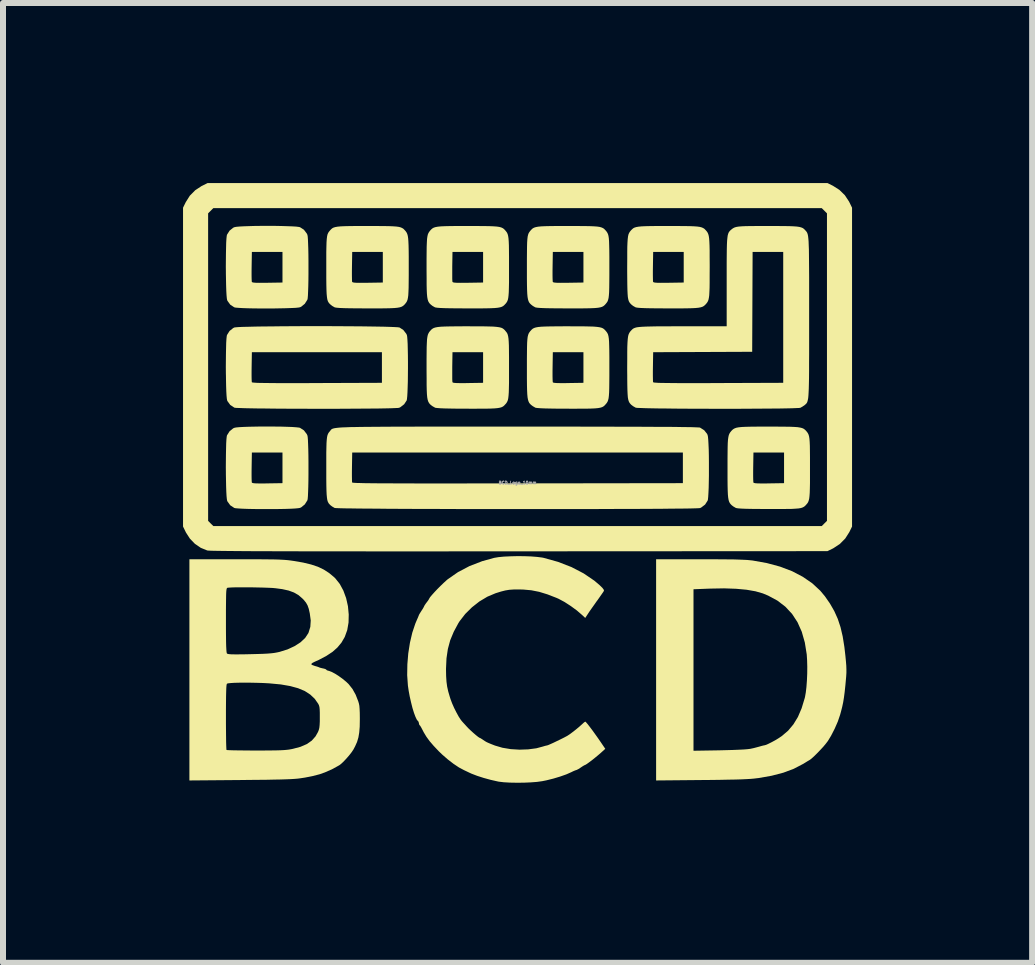
<source format=kicad_pcb>
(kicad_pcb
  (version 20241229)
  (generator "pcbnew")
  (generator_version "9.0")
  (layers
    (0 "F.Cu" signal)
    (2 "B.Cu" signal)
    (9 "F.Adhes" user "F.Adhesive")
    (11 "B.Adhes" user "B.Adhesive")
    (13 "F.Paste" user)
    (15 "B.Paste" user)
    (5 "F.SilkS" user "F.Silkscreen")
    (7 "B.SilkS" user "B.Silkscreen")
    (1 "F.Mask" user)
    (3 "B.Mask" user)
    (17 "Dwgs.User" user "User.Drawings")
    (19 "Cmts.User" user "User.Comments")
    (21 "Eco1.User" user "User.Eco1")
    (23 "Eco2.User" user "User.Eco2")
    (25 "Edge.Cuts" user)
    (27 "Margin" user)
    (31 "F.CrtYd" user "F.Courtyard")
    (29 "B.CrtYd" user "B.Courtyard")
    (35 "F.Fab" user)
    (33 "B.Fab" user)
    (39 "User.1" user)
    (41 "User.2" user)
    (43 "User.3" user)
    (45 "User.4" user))
  (footprint "BCD_Logo_10mm"
    (layer "F.Cu")
    (at 5.574 4.994)
    (property "Reference" "BCD_Logo_10mm" (at 0 0 0) (layer "F.Fab") (effects (font (size 0.05 0.05) (thickness 0.013))))
    (attr board_only exclude_from_pos_files exclude_from_bom)
    (fp_poly (pts (xy 5.256 -4.948) (xy 5.363 -4.88) (xy 5.454 -4.791) (xy 5.524 -4.685) (xy 5.529 -4.675) (xy 5.574 -4.583) (xy 5.574 0.73) (xy 5.529 0.822) (xy 5.461 0.929) (xy 5.371 1.02) (xy 5.265 1.09) (xy 5.256 1.095) (xy 5.164 1.14) (xy 0.029 1.143) (xy -0.444 1.143) (xy -0.889 1.143) (xy -1.307 1.144) (xy -1.699 1.144) (xy -2.065 1.144) (xy -2.407 1.144) (xy -2.724 1.143) (xy -3.019 1.143) (xy -3.291 1.143) (xy -3.541 1.143) (xy -3.77 1.142) (xy -3.979 1.142) (xy -4.168 1.141) (xy -4.338 1.141) (xy -4.49 1.14) (xy -4.625 1.139) (xy -4.743 1.138) (xy -4.845 1.137) (xy -4.932 1.136) (xy -5.004 1.135) (xy -5.062 1.134) (xy -5.108 1.133) (xy -5.14 1.131) (xy -5.162 1.13) (xy -5.172 1.128) (xy -5.278 1.085) (xy -5.376 1.018) (xy -5.46 0.931) (xy -5.527 0.827) (xy -5.529 0.822) (xy -5.574 0.73) (xy -5.574 0.635) (xy -5.156 0.635) (xy -5.113 0.679) (xy -5.069 0.722) (xy 5.069 0.722) (xy 5.156 0.635) (xy 5.156 -4.489) (xy 5.113 -4.532) (xy 5.069 -4.576) (xy -5.069 -4.576) (xy -5.156 -4.489) (xy -5.156 0.635) (xy -5.574 0.635) (xy -5.574 -4.583) (xy -5.529 -4.675) (xy -5.461 -4.783) (xy -5.371 -4.874) (xy -5.265 -4.944) (xy -5.256 -4.948) (xy -5.164 -4.994) (xy 5.164 -4.994)) (stroke (width 0) (type solid)) (fill yes) (layer "F.SilkS"))
    (fp_poly (pts (xy -4.043 -4.28) (xy -3.937 -4.278) (xy -3.84 -4.275) (xy -3.755 -4.272) (xy -3.688 -4.268) (xy -3.642 -4.262) (xy -3.625 -4.258) (xy -3.56 -4.216) (xy -3.512 -4.153) (xy -3.502 -4.132) (xy -3.497 -4.107) (xy -3.493 -4.057) (xy -3.49 -3.987) (xy -3.487 -3.901) (xy -3.485 -3.803) (xy -3.484 -3.697) (xy -3.484 -3.587) (xy -3.484 -3.477) (xy -3.485 -3.371) (xy -3.487 -3.274) (xy -3.49 -3.189) (xy -3.493 -3.12) (xy -3.497 -3.072) (xy -3.502 -3.05) (xy -3.545 -2.982) (xy -3.605 -2.933) (xy -3.625 -2.924) (xy -3.652 -2.919) (xy -3.703 -2.914) (xy -3.774 -2.911) (xy -3.862 -2.908) (xy -3.961 -2.906) (xy -4.068 -2.904) (xy -4.179 -2.904) (xy -4.29 -2.904) (xy -4.396 -2.905) (xy -4.494 -2.907) (xy -4.579 -2.91) (xy -4.648 -2.914) (xy -4.697 -2.918) (xy -4.72 -2.923) (xy -4.787 -2.967) (xy -4.833 -3.03) (xy -4.839 -3.044) (xy -4.844 -3.071) (xy -4.849 -3.123) (xy -4.853 -3.194) (xy -4.856 -3.282) (xy -4.858 -3.381) (xy -4.86 -3.488) (xy -4.86 -3.525) (xy -4.432 -3.525) (xy -4.432 -3.454) (xy -4.431 -3.397) (xy -4.429 -3.359) (xy -4.428 -3.347) (xy -4.419 -3.34) (xy -4.397 -3.335) (xy -4.358 -3.332) (xy -4.299 -3.331) (xy -4.217 -3.332) (xy -4.169 -3.332) (xy -3.917 -3.336) (xy -3.917 -3.846) (xy -4.427 -3.846) (xy -4.431 -3.606) (xy -4.432 -3.525) (xy -4.86 -3.525) (xy -4.861 -3.599) (xy -4.86 -3.71) (xy -4.859 -3.816) (xy -4.857 -3.913) (xy -4.855 -3.998) (xy -4.851 -4.065) (xy -4.846 -4.112) (xy -4.842 -4.132) (xy -4.799 -4.2) (xy -4.739 -4.249) (xy -4.719 -4.258) (xy -4.69 -4.264) (xy -4.637 -4.269) (xy -4.564 -4.273) (xy -4.476 -4.276) (xy -4.375 -4.279) (xy -4.266 -4.28) (xy -4.155 -4.28)) (stroke (width 0) (type solid)) (fill yes) (layer "F.SilkS"))
    (fp_poly (pts (xy -4.043 -0.936) (xy -3.937 -0.935) (xy -3.84 -0.932) (xy -3.755 -0.929) (xy -3.688 -0.924) (xy -3.642 -0.919) (xy -3.625 -0.915) (xy -3.56 -0.873) (xy -3.512 -0.81) (xy -3.502 -0.789) (xy -3.497 -0.764) (xy -3.493 -0.714) (xy -3.49 -0.644) (xy -3.487 -0.558) (xy -3.485 -0.46) (xy -3.484 -0.353) (xy -3.484 -0.243) (xy -3.484 -0.134) (xy -3.485 -0.028) (xy -3.487 0.069) (xy -3.49 0.154) (xy -3.493 0.223) (xy -3.497 0.271) (xy -3.502 0.293) (xy -3.545 0.361) (xy -3.605 0.41) (xy -3.625 0.419) (xy -3.652 0.424) (xy -3.703 0.429) (xy -3.774 0.433) (xy -3.862 0.436) (xy -3.961 0.438) (xy -4.068 0.439) (xy -4.179 0.439) (xy -4.29 0.439) (xy -4.396 0.438) (xy -4.494 0.436) (xy -4.579 0.433) (xy -4.648 0.429) (xy -4.697 0.425) (xy -4.72 0.42) (xy -4.787 0.376) (xy -4.833 0.313) (xy -4.839 0.3) (xy -4.844 0.272) (xy -4.849 0.221) (xy -4.853 0.149) (xy -4.856 0.062) (xy -4.858 -0.038) (xy -4.86 -0.145) (xy -4.86 -0.182) (xy -4.432 -0.182) (xy -4.432 -0.111) (xy -4.431 -0.054) (xy -4.429 -0.016) (xy -4.428 -0.004) (xy -4.419 0.003) (xy -4.397 0.008) (xy -4.358 0.011) (xy -4.299 0.012) (xy -4.217 0.012) (xy -4.169 0.011) (xy -3.917 0.007) (xy -3.917 -0.503) (xy -4.427 -0.503) (xy -4.431 -0.263) (xy -4.432 -0.182) (xy -4.86 -0.182) (xy -4.861 -0.256) (xy -4.86 -0.366) (xy -4.859 -0.472) (xy -4.857 -0.57) (xy -4.855 -0.654) (xy -4.851 -0.722) (xy -4.846 -0.769) (xy -4.842 -0.789) (xy -4.799 -0.857) (xy -4.739 -0.906) (xy -4.719 -0.915) (xy -4.69 -0.921) (xy -4.637 -0.926) (xy -4.564 -0.93) (xy -4.476 -0.933) (xy -4.375 -0.935) (xy -4.266 -0.937) (xy -4.155 -0.937)) (stroke (width 0) (type solid)) (fill yes) (layer "F.SilkS"))
    (fp_poly (pts (xy -2.359 -4.278) (xy -2.243 -4.277) (xy -2.15 -4.276) (xy -2.077 -4.273) (xy -2.02 -4.269) (xy -1.976 -4.263) (xy -1.944 -4.254) (xy -1.92 -4.243) (xy -1.9 -4.23) (xy -1.883 -4.212) (xy -1.876 -4.205) (xy -1.86 -4.186) (xy -1.847 -4.166) (xy -1.837 -4.143) (xy -1.829 -4.114) (xy -1.823 -4.075) (xy -1.819 -4.024) (xy -1.816 -3.957) (xy -1.814 -3.872) (xy -1.813 -3.766) (xy -1.813 -3.635) (xy -1.813 -3.591) (xy -1.813 -3.452) (xy -1.814 -3.339) (xy -1.815 -3.248) (xy -1.818 -3.176) (xy -1.821 -3.121) (xy -1.827 -3.079) (xy -1.834 -3.047) (xy -1.844 -3.022) (xy -1.856 -3.002) (xy -1.871 -2.983) (xy -1.876 -2.977) (xy -1.893 -2.959) (xy -1.912 -2.944) (xy -1.934 -2.932) (xy -1.962 -2.923) (xy -2.001 -2.916) (xy -2.052 -2.911) (xy -2.118 -2.908) (xy -2.203 -2.906) (xy -2.308 -2.905) (xy -2.438 -2.905) (xy -2.506 -2.905) (xy -2.658 -2.906) (xy -2.783 -2.907) (xy -2.882 -2.909) (xy -2.958 -2.912) (xy -3.01 -2.916) (xy -3.041 -2.921) (xy -3.048 -2.923) (xy -3.088 -2.946) (xy -3.116 -2.968) (xy -3.134 -2.985) (xy -3.149 -3.004) (xy -3.161 -3.026) (xy -3.17 -3.056) (xy -3.176 -3.095) (xy -3.181 -3.147) (xy -3.184 -3.215) (xy -3.186 -3.302) (xy -3.187 -3.41) (xy -3.187 -3.525) (xy -2.76 -3.525) (xy -2.76 -3.454) (xy -2.759 -3.397) (xy -2.758 -3.359) (xy -2.756 -3.347) (xy -2.747 -3.34) (xy -2.725 -3.335) (xy -2.686 -3.332) (xy -2.627 -3.331) (xy -2.545 -3.332) (xy -2.497 -3.332) (xy -2.245 -3.336) (xy -2.245 -3.846) (xy -2.755 -3.846) (xy -2.759 -3.606) (xy -2.76 -3.525) (xy -3.187 -3.525) (xy -3.187 -3.542) (xy -3.187 -3.592) (xy -3.187 -3.731) (xy -3.187 -3.844) (xy -3.185 -3.935) (xy -3.183 -4.006) (xy -3.179 -4.062) (xy -3.174 -4.104) (xy -3.167 -4.136) (xy -3.157 -4.16) (xy -3.145 -4.18) (xy -3.129 -4.199) (xy -3.124 -4.205) (xy -3.107 -4.223) (xy -3.089 -4.239) (xy -3.067 -4.251) (xy -3.038 -4.26) (xy -2.999 -4.267) (xy -2.947 -4.272) (xy -2.88 -4.275) (xy -2.795 -4.277) (xy -2.688 -4.278) (xy -2.557 -4.278) (xy -2.5 -4.278)) (stroke (width 0) (type solid)) (fill yes) (layer "F.SilkS"))
    (fp_poly (pts (xy -0.688 -4.278) (xy -0.572 -4.277) (xy -0.479 -4.276) (xy -0.405 -4.273) (xy -0.348 -4.269) (xy -0.305 -4.263) (xy -0.272 -4.254) (xy -0.248 -4.243) (xy -0.229 -4.23) (xy -0.211 -4.212) (xy -0.205 -4.205) (xy -0.189 -4.186) (xy -0.175 -4.166) (xy -0.165 -4.143) (xy -0.157 -4.114) (xy -0.151 -4.075) (xy -0.147 -4.024) (xy -0.144 -3.957) (xy -0.143 -3.872) (xy -0.142 -3.766) (xy -0.142 -3.635) (xy -0.142 -3.591) (xy -0.142 -3.452) (xy -0.142 -3.339) (xy -0.144 -3.248) (xy -0.146 -3.176) (xy -0.15 -3.121) (xy -0.155 -3.079) (xy -0.162 -3.047) (xy -0.172 -3.022) (xy -0.184 -3.002) (xy -0.199 -2.983) (xy -0.205 -2.977) (xy -0.222 -2.959) (xy -0.24 -2.944) (xy -0.262 -2.932) (xy -0.291 -2.923) (xy -0.329 -2.916) (xy -0.38 -2.911) (xy -0.446 -2.908) (xy -0.531 -2.906) (xy -0.637 -2.905) (xy -0.767 -2.905) (xy -0.834 -2.905) (xy -0.986 -2.906) (xy -1.111 -2.907) (xy -1.211 -2.909) (xy -1.286 -2.912) (xy -1.338 -2.916) (xy -1.369 -2.921) (xy -1.376 -2.923) (xy -1.417 -2.946) (xy -1.445 -2.968) (xy -1.463 -2.985) (xy -1.477 -3.004) (xy -1.489 -3.026) (xy -1.498 -3.056) (xy -1.505 -3.095) (xy -1.51 -3.147) (xy -1.513 -3.215) (xy -1.515 -3.302) (xy -1.515 -3.41) (xy -1.516 -3.525) (xy -1.088 -3.525) (xy -1.088 -3.454) (xy -1.088 -3.397) (xy -1.086 -3.359) (xy -1.084 -3.347) (xy -1.076 -3.34) (xy -1.054 -3.335) (xy -1.015 -3.332) (xy -0.956 -3.331) (xy -0.873 -3.332) (xy -0.826 -3.332) (xy -0.574 -3.336) (xy -0.574 -3.846) (xy -1.084 -3.846) (xy -1.088 -3.606) (xy -1.088 -3.525) (xy -1.516 -3.525) (xy -1.516 -3.542) (xy -1.516 -3.592) (xy -1.516 -3.731) (xy -1.515 -3.844) (xy -1.514 -3.935) (xy -1.511 -4.006) (xy -1.508 -4.062) (xy -1.502 -4.104) (xy -1.495 -4.136) (xy -1.485 -4.16) (xy -1.473 -4.18) (xy -1.458 -4.199) (xy -1.453 -4.205) (xy -1.436 -4.223) (xy -1.417 -4.239) (xy -1.395 -4.251) (xy -1.366 -4.26) (xy -1.327 -4.267) (xy -1.276 -4.272) (xy -1.209 -4.275) (xy -1.123 -4.277) (xy -1.016 -4.278) (xy -0.885 -4.278) (xy -0.829 -4.278)) (stroke (width 0) (type solid)) (fill yes) (layer "F.SilkS"))
    (fp_poly (pts (xy -0.688 -2.606) (xy -0.572 -2.606) (xy -0.479 -2.604) (xy -0.405 -2.602) (xy -0.348 -2.597) (xy -0.305 -2.591) (xy -0.272 -2.583) (xy -0.248 -2.572) (xy -0.229 -2.558) (xy -0.211 -2.541) (xy -0.205 -2.533) (xy -0.189 -2.514) (xy -0.175 -2.495) (xy -0.165 -2.472) (xy -0.157 -2.442) (xy -0.151 -2.403) (xy -0.147 -2.352) (xy -0.144 -2.286) (xy -0.143 -2.201) (xy -0.142 -2.094) (xy -0.142 -1.963) (xy -0.142 -1.92) (xy -0.142 -1.781) (xy -0.142 -1.667) (xy -0.144 -1.576) (xy -0.146 -1.505) (xy -0.15 -1.449) (xy -0.155 -1.407) (xy -0.162 -1.375) (xy -0.172 -1.351) (xy -0.184 -1.33) (xy -0.199 -1.311) (xy -0.205 -1.306) (xy -0.222 -1.287) (xy -0.24 -1.272) (xy -0.262 -1.26) (xy -0.291 -1.251) (xy -0.329 -1.244) (xy -0.38 -1.239) (xy -0.446 -1.236) (xy -0.531 -1.234) (xy -0.637 -1.234) (xy -0.767 -1.233) (xy -0.834 -1.234) (xy -0.986 -1.234) (xy -1.111 -1.236) (xy -1.211 -1.238) (xy -1.286 -1.241) (xy -1.338 -1.245) (xy -1.369 -1.249) (xy -1.376 -1.252) (xy -1.417 -1.275) (xy -1.445 -1.296) (xy -1.463 -1.313) (xy -1.477 -1.332) (xy -1.489 -1.355) (xy -1.498 -1.384) (xy -1.505 -1.423) (xy -1.51 -1.476) (xy -1.513 -1.544) (xy -1.515 -1.63) (xy -1.515 -1.738) (xy -1.516 -1.854) (xy -1.088 -1.854) (xy -1.088 -1.782) (xy -1.088 -1.725) (xy -1.086 -1.688) (xy -1.084 -1.675) (xy -1.076 -1.668) (xy -1.054 -1.664) (xy -1.015 -1.661) (xy -0.956 -1.66) (xy -0.873 -1.66) (xy -0.826 -1.661) (xy -0.574 -1.665) (xy -0.574 -2.175) (xy -1.084 -2.175) (xy -1.088 -1.934) (xy -1.088 -1.854) (xy -1.516 -1.854) (xy -1.516 -1.871) (xy -1.516 -1.921) (xy -1.516 -2.059) (xy -1.515 -2.172) (xy -1.514 -2.263) (xy -1.511 -2.335) (xy -1.508 -2.39) (xy -1.502 -2.432) (xy -1.495 -2.464) (xy -1.485 -2.488) (xy -1.473 -2.509) (xy -1.458 -2.528) (xy -1.453 -2.533) (xy -1.436 -2.552) (xy -1.417 -2.567) (xy -1.395 -2.579) (xy -1.366 -2.588) (xy -1.327 -2.595) (xy -1.276 -2.6) (xy -1.209 -2.603) (xy -1.123 -2.605) (xy -1.016 -2.606) (xy -0.885 -2.607) (xy -0.829 -2.607)) (stroke (width 0) (type solid)) (fill yes) (layer "F.SilkS"))
    (fp_poly (pts (xy 0.984 -4.278) (xy 1.1 -4.277) (xy 1.193 -4.276) (xy 1.267 -4.273) (xy 1.324 -4.269) (xy 1.367 -4.263) (xy 1.399 -4.254) (xy 1.424 -4.243) (xy 1.443 -4.23) (xy 1.46 -4.212) (xy 1.467 -4.205) (xy 1.483 -4.186) (xy 1.496 -4.166) (xy 1.507 -4.143) (xy 1.515 -4.114) (xy 1.521 -4.075) (xy 1.525 -4.024) (xy 1.527 -3.957) (xy 1.529 -3.872) (xy 1.53 -3.766) (xy 1.53 -3.635) (xy 1.53 -3.591) (xy 1.53 -3.452) (xy 1.529 -3.339) (xy 1.528 -3.248) (xy 1.526 -3.176) (xy 1.522 -3.121) (xy 1.517 -3.079) (xy 1.509 -3.047) (xy 1.5 -3.022) (xy 1.487 -3.002) (xy 1.472 -2.983) (xy 1.467 -2.977) (xy 1.45 -2.959) (xy 1.432 -2.944) (xy 1.41 -2.932) (xy 1.381 -2.923) (xy 1.343 -2.916) (xy 1.292 -2.911) (xy 1.225 -2.908) (xy 1.141 -2.906) (xy 1.035 -2.905) (xy 0.905 -2.905) (xy 0.838 -2.905) (xy 0.686 -2.906) (xy 0.56 -2.907) (xy 0.461 -2.909) (xy 0.386 -2.912) (xy 0.333 -2.916) (xy 0.302 -2.921) (xy 0.295 -2.923) (xy 0.255 -2.946) (xy 0.227 -2.968) (xy 0.209 -2.985) (xy 0.194 -3.004) (xy 0.183 -3.026) (xy 0.174 -3.056) (xy 0.167 -3.095) (xy 0.162 -3.147) (xy 0.159 -3.215) (xy 0.157 -3.302) (xy 0.156 -3.41) (xy 0.156 -3.525) (xy 0.583 -3.525) (xy 0.583 -3.454) (xy 0.584 -3.397) (xy 0.586 -3.359) (xy 0.587 -3.347) (xy 0.596 -3.34) (xy 0.618 -3.335) (xy 0.657 -3.332) (xy 0.716 -3.331) (xy 0.798 -3.332) (xy 0.846 -3.332) (xy 1.098 -3.336) (xy 1.098 -3.846) (xy 0.588 -3.846) (xy 0.584 -3.606) (xy 0.583 -3.525) (xy 0.156 -3.525) (xy 0.156 -3.542) (xy 0.156 -3.592) (xy 0.156 -3.731) (xy 0.157 -3.844) (xy 0.158 -3.935) (xy 0.16 -4.006) (xy 0.164 -4.062) (xy 0.169 -4.104) (xy 0.177 -4.136) (xy 0.186 -4.16) (xy 0.199 -4.18) (xy 0.214 -4.199) (xy 0.219 -4.205) (xy 0.236 -4.223) (xy 0.254 -4.239) (xy 0.277 -4.251) (xy 0.306 -4.26) (xy 0.344 -4.267) (xy 0.396 -4.272) (xy 0.463 -4.275) (xy 0.548 -4.277) (xy 0.655 -4.278) (xy 0.787 -4.278) (xy 0.843 -4.278)) (stroke (width 0) (type solid)) (fill yes) (layer "F.SilkS"))
    (fp_poly (pts (xy 0.984 -2.606) (xy 1.1 -2.606) (xy 1.193 -2.604) (xy 1.267 -2.602) (xy 1.324 -2.597) (xy 1.367 -2.591) (xy 1.399 -2.583) (xy 1.424 -2.572) (xy 1.443 -2.558) (xy 1.46 -2.541) (xy 1.467 -2.533) (xy 1.483 -2.514) (xy 1.496 -2.495) (xy 1.507 -2.472) (xy 1.515 -2.442) (xy 1.521 -2.403) (xy 1.525 -2.352) (xy 1.527 -2.286) (xy 1.529 -2.201) (xy 1.53 -2.094) (xy 1.53 -1.963) (xy 1.53 -1.92) (xy 1.53 -1.781) (xy 1.529 -1.667) (xy 1.528 -1.576) (xy 1.526 -1.505) (xy 1.522 -1.449) (xy 1.517 -1.407) (xy 1.509 -1.375) (xy 1.5 -1.351) (xy 1.487 -1.33) (xy 1.472 -1.311) (xy 1.467 -1.306) (xy 1.45 -1.287) (xy 1.432 -1.272) (xy 1.41 -1.26) (xy 1.381 -1.251) (xy 1.343 -1.244) (xy 1.292 -1.239) (xy 1.225 -1.236) (xy 1.141 -1.234) (xy 1.035 -1.234) (xy 0.905 -1.233) (xy 0.838 -1.234) (xy 0.686 -1.234) (xy 0.56 -1.236) (xy 0.461 -1.238) (xy 0.386 -1.241) (xy 0.333 -1.245) (xy 0.302 -1.249) (xy 0.295 -1.252) (xy 0.255 -1.275) (xy 0.227 -1.296) (xy 0.209 -1.313) (xy 0.194 -1.332) (xy 0.183 -1.355) (xy 0.174 -1.384) (xy 0.167 -1.423) (xy 0.162 -1.476) (xy 0.159 -1.544) (xy 0.157 -1.63) (xy 0.156 -1.738) (xy 0.156 -1.854) (xy 0.583 -1.854) (xy 0.583 -1.782) (xy 0.584 -1.725) (xy 0.586 -1.688) (xy 0.587 -1.675) (xy 0.596 -1.668) (xy 0.618 -1.664) (xy 0.657 -1.661) (xy 0.716 -1.66) (xy 0.798 -1.66) (xy 0.846 -1.661) (xy 1.098 -1.665) (xy 1.098 -2.175) (xy 0.588 -2.175) (xy 0.584 -1.934) (xy 0.583 -1.854) (xy 0.156 -1.854) (xy 0.156 -1.871) (xy 0.156 -1.921) (xy 0.156 -2.059) (xy 0.157 -2.172) (xy 0.158 -2.263) (xy 0.16 -2.335) (xy 0.164 -2.39) (xy 0.169 -2.432) (xy 0.177 -2.464) (xy 0.186 -2.488) (xy 0.199 -2.509) (xy 0.214 -2.528) (xy 0.219 -2.533) (xy 0.236 -2.552) (xy 0.254 -2.567) (xy 0.277 -2.579) (xy 0.306 -2.588) (xy 0.344 -2.595) (xy 0.396 -2.6) (xy 0.463 -2.603) (xy 0.548 -2.605) (xy 0.655 -2.606) (xy 0.787 -2.607) (xy 0.843 -2.607)) (stroke (width 0) (type solid)) (fill yes) (layer "F.SilkS"))
    (fp_poly (pts (xy 2.656 -4.278) (xy 2.771 -4.277) (xy 2.865 -4.276) (xy 2.938 -4.273) (xy 2.995 -4.269) (xy 3.038 -4.263) (xy 3.071 -4.254) (xy 3.095 -4.243) (xy 3.115 -4.23) (xy 3.132 -4.212) (xy 3.139 -4.205) (xy 3.155 -4.186) (xy 3.168 -4.166) (xy 3.178 -4.143) (xy 3.186 -4.114) (xy 3.192 -4.075) (xy 3.196 -4.024) (xy 3.199 -3.957) (xy 3.201 -3.872) (xy 3.201 -3.766) (xy 3.202 -3.635) (xy 3.202 -3.591) (xy 3.201 -3.452) (xy 3.201 -3.339) (xy 3.2 -3.248) (xy 3.197 -3.176) (xy 3.194 -3.121) (xy 3.188 -3.079) (xy 3.181 -3.047) (xy 3.171 -3.022) (xy 3.159 -3.002) (xy 3.144 -2.983) (xy 3.139 -2.977) (xy 3.121 -2.959) (xy 3.103 -2.944) (xy 3.081 -2.932) (xy 3.052 -2.923) (xy 3.014 -2.916) (xy 2.963 -2.911) (xy 2.897 -2.908) (xy 2.812 -2.906) (xy 2.706 -2.905) (xy 2.576 -2.905) (xy 2.509 -2.905) (xy 2.357 -2.906) (xy 2.232 -2.907) (xy 2.133 -2.909) (xy 2.057 -2.912) (xy 2.005 -2.916) (xy 1.974 -2.921) (xy 1.967 -2.923) (xy 1.926 -2.946) (xy 1.898 -2.968) (xy 1.881 -2.985) (xy 1.866 -3.004) (xy 1.854 -3.026) (xy 1.845 -3.056) (xy 1.838 -3.095) (xy 1.834 -3.147) (xy 1.831 -3.215) (xy 1.829 -3.302) (xy 1.828 -3.41) (xy 1.827 -3.525) (xy 2.255 -3.525) (xy 2.255 -3.454) (xy 2.256 -3.397) (xy 2.257 -3.359) (xy 2.259 -3.347) (xy 2.268 -3.34) (xy 2.29 -3.335) (xy 2.328 -3.332) (xy 2.387 -3.331) (xy 2.47 -3.332) (xy 2.518 -3.332) (xy 2.769 -3.336) (xy 2.769 -3.846) (xy 2.26 -3.846) (xy 2.256 -3.606) (xy 2.255 -3.525) (xy 1.827 -3.525) (xy 1.827 -3.542) (xy 1.827 -3.592) (xy 1.828 -3.731) (xy 1.828 -3.844) (xy 1.829 -3.935) (xy 1.832 -4.006) (xy 1.836 -4.062) (xy 1.841 -4.104) (xy 1.848 -4.136) (xy 1.858 -4.16) (xy 1.87 -4.18) (xy 1.885 -4.199) (xy 1.89 -4.205) (xy 1.908 -4.223) (xy 1.926 -4.239) (xy 1.948 -4.251) (xy 1.977 -4.26) (xy 2.016 -4.267) (xy 2.068 -4.272) (xy 2.135 -4.275) (xy 2.22 -4.277) (xy 2.327 -4.278) (xy 2.458 -4.278) (xy 2.515 -4.278)) (stroke (width 0) (type solid)) (fill yes) (layer "F.SilkS"))
    (fp_poly (pts (xy 4.327 -0.935) (xy 4.443 -0.934) (xy 4.536 -0.933) (xy 4.61 -0.93) (xy 4.667 -0.926) (xy 4.71 -0.919) (xy 4.742 -0.911) (xy 4.767 -0.9) (xy 4.786 -0.886) (xy 4.804 -0.869) (xy 4.81 -0.862) (xy 4.826 -0.843) (xy 4.839 -0.823) (xy 4.85 -0.8) (xy 4.858 -0.771) (xy 4.864 -0.732) (xy 4.868 -0.681) (xy 4.871 -0.614) (xy 4.872 -0.529) (xy 4.873 -0.423) (xy 4.873 -0.292) (xy 4.873 -0.248) (xy 4.873 -0.109) (xy 4.873 0.004) (xy 4.871 0.095) (xy 4.869 0.167) (xy 4.865 0.222) (xy 4.86 0.264) (xy 4.852 0.296) (xy 4.843 0.321) (xy 4.831 0.341) (xy 4.815 0.36) (xy 4.81 0.366) (xy 4.793 0.384) (xy 4.775 0.399) (xy 4.753 0.411) (xy 4.724 0.421) (xy 4.686 0.428) (xy 4.635 0.432) (xy 4.569 0.436) (xy 4.484 0.437) (xy 4.378 0.438) (xy 4.248 0.438) (xy 4.181 0.438) (xy 4.029 0.437) (xy 3.904 0.436) (xy 3.804 0.434) (xy 3.729 0.431) (xy 3.676 0.427) (xy 3.645 0.422) (xy 3.638 0.42) (xy 3.598 0.397) (xy 3.57 0.376) (xy 3.552 0.358) (xy 3.538 0.34) (xy 3.526 0.317) (xy 3.517 0.288) (xy 3.51 0.248) (xy 3.505 0.196) (xy 3.502 0.128) (xy 3.5 0.041) (xy 3.499 -0.067) (xy 3.499 -0.182) (xy 3.926 -0.182) (xy 3.926 -0.111) (xy 3.927 -0.054) (xy 3.929 -0.016) (xy 3.93 -0.004) (xy 3.939 0.003) (xy 3.961 0.008) (xy 4 0.011) (xy 4.059 0.012) (xy 4.141 0.012) (xy 4.189 0.011) (xy 4.441 0.007) (xy 4.441 -0.503) (xy 3.931 -0.503) (xy 3.927 -0.263) (xy 3.926 -0.182) (xy 3.499 -0.182) (xy 3.499 -0.199) (xy 3.499 -0.249) (xy 3.499 -0.388) (xy 3.5 -0.501) (xy 3.501 -0.592) (xy 3.503 -0.663) (xy 3.507 -0.719) (xy 3.513 -0.761) (xy 3.52 -0.792) (xy 3.53 -0.817) (xy 3.542 -0.837) (xy 3.557 -0.856) (xy 3.562 -0.862) (xy 3.579 -0.88) (xy 3.598 -0.895) (xy 3.62 -0.907) (xy 3.649 -0.917) (xy 3.688 -0.924) (xy 3.739 -0.929) (xy 3.806 -0.932) (xy 3.892 -0.934) (xy 3.999 -0.935) (xy 4.13 -0.935) (xy 4.186 -0.935)) (stroke (width 0) (type solid)) (fill yes) (layer "F.SilkS"))
    (fp_poly (pts (xy -3.1 -2.609) (xy -2.931 -2.608) (xy -2.768 -2.607) (xy -2.614 -2.606) (xy -2.47 -2.604) (xy -2.339 -2.602) (xy -2.224 -2.6) (xy -2.127 -2.597) (xy -2.051 -2.594) (xy -1.997 -2.591) (xy -1.969 -2.587) (xy -1.967 -2.587) (xy -1.903 -2.545) (xy -1.854 -2.482) (xy -1.844 -2.461) (xy -1.839 -2.434) (xy -1.835 -2.383) (xy -1.831 -2.311) (xy -1.829 -2.224) (xy -1.827 -2.125) (xy -1.826 -2.018) (xy -1.826 -1.907) (xy -1.827 -1.796) (xy -1.828 -1.69) (xy -1.831 -1.593) (xy -1.834 -1.508) (xy -1.838 -1.44) (xy -1.843 -1.393) (xy -1.847 -1.372) (xy -1.889 -1.308) (xy -1.952 -1.259) (xy -1.973 -1.249) (xy -1.994 -1.246) (xy -2.041 -1.244) (xy -2.112 -1.241) (xy -2.203 -1.239) (xy -2.313 -1.237) (xy -2.439 -1.236) (xy -2.579 -1.235) (xy -2.731 -1.234) (xy -2.891 -1.233) (xy -3.058 -1.232) (xy -3.228 -1.232) (xy -3.401 -1.232) (xy -3.573 -1.233) (xy -3.741 -1.233) (xy -3.904 -1.234) (xy -4.059 -1.235) (xy -4.204 -1.237) (xy -4.335 -1.238) (xy -4.451 -1.24) (xy -4.55 -1.242) (xy -4.628 -1.245) (xy -4.684 -1.247) (xy -4.715 -1.25) (xy -4.72 -1.252) (xy -4.787 -1.296) (xy -4.833 -1.359) (xy -4.839 -1.372) (xy -4.844 -1.399) (xy -4.849 -1.451) (xy -4.853 -1.522) (xy -4.856 -1.61) (xy -4.858 -1.709) (xy -4.859 -1.782) (xy -4.432 -1.782) (xy -4.431 -1.725) (xy -4.429 -1.688) (xy -4.428 -1.676) (xy -4.422 -1.672) (xy -4.405 -1.669) (xy -4.377 -1.667) (xy -4.335 -1.664) (xy -4.278 -1.663) (xy -4.203 -1.662) (xy -4.111 -1.661) (xy -3.998 -1.66) (xy -3.863 -1.66) (xy -3.704 -1.66) (xy -3.52 -1.66) (xy -3.34 -1.661) (xy -2.26 -1.665) (xy -2.26 -2.175) (xy -4.427 -2.175) (xy -4.431 -1.934) (xy -4.432 -1.854) (xy -4.432 -1.782) (xy -4.859 -1.782) (xy -4.86 -1.817) (xy -4.861 -1.928) (xy -4.86 -2.038) (xy -4.859 -2.144) (xy -4.857 -2.241) (xy -4.855 -2.326) (xy -4.851 -2.394) (xy -4.846 -2.441) (xy -4.842 -2.461) (xy -4.799 -2.529) (xy -4.739 -2.577) (xy -4.719 -2.587) (xy -4.696 -2.59) (xy -4.647 -2.594) (xy -4.575 -2.597) (xy -4.482 -2.599) (xy -4.37 -2.602) (xy -4.242 -2.604) (xy -4.1 -2.605) (xy -3.947 -2.607) (xy -3.786 -2.608) (xy -3.618 -2.609) (xy -3.446 -2.609) (xy -3.273 -2.609)) (stroke (width 0) (type solid)) (fill yes) (layer "F.SilkS"))
    (fp_poly (pts (xy 3.213 1.275) (xy 3.365 1.276) (xy 3.493 1.277) (xy 3.602 1.278) (xy 3.692 1.281) (xy 3.766 1.284) (xy 3.828 1.287) (xy 3.879 1.292) (xy 3.917 1.296) (xy 4.156 1.339) (xy 4.375 1.398) (xy 4.575 1.474) (xy 4.753 1.567) (xy 4.91 1.675) (xy 5.044 1.799) (xy 5.121 1.891) (xy 5.207 2.015) (xy 5.278 2.139) (xy 5.336 2.268) (xy 5.382 2.407) (xy 5.418 2.561) (xy 5.446 2.735) (xy 5.463 2.882) (xy 5.472 2.975) (xy 5.478 3.048) (xy 5.48 3.109) (xy 5.48 3.168) (xy 5.476 3.232) (xy 5.469 3.309) (xy 5.463 3.375) (xy 5.451 3.487) (xy 5.439 3.579) (xy 5.426 3.659) (xy 5.41 3.734) (xy 5.39 3.813) (xy 5.375 3.867) (xy 5.337 3.979) (xy 5.284 4.1) (xy 5.224 4.217) (xy 5.171 4.304) (xy 5.139 4.346) (xy 5.095 4.399) (xy 5.042 4.456) (xy 4.988 4.512) (xy 4.936 4.563) (xy 4.892 4.602) (xy 4.864 4.622) (xy 4.836 4.638) (xy 4.794 4.664) (xy 4.75 4.69) (xy 4.602 4.767) (xy 4.431 4.831) (xy 4.236 4.882) (xy 4.016 4.921) (xy 3.988 4.924) (xy 3.939 4.93) (xy 3.881 4.935) (xy 3.811 4.939) (xy 3.726 4.943) (xy 3.625 4.946) (xy 3.505 4.948) (xy 3.362 4.951) (xy 3.196 4.953) (xy 3.063 4.954) (xy 2.309 4.961) (xy 2.309 4.466) (xy 2.932 4.466) (xy 3.361 4.459) (xy 3.477 4.456) (xy 3.586 4.453) (xy 3.685 4.449) (xy 3.768 4.445) (xy 3.831 4.44) (xy 3.871 4.435) (xy 3.874 4.435) (xy 3.934 4.422) (xy 3.995 4.406) (xy 4.025 4.398) (xy 4.067 4.386) (xy 4.098 4.378) (xy 4.107 4.377) (xy 4.134 4.37) (xy 4.179 4.351) (xy 4.235 4.323) (xy 4.296 4.29) (xy 4.354 4.254) (xy 4.405 4.22) (xy 4.405 4.22) (xy 4.509 4.131) (xy 4.597 4.026) (xy 4.672 3.903) (xy 4.734 3.758) (xy 4.785 3.59) (xy 4.79 3.57) (xy 4.803 3.497) (xy 4.814 3.404) (xy 4.822 3.296) (xy 4.827 3.18) (xy 4.828 3.065) (xy 4.825 2.956) (xy 4.819 2.862) (xy 4.819 2.861) (xy 4.787 2.662) (xy 4.736 2.483) (xy 4.665 2.324) (xy 4.574 2.185) (xy 4.462 2.065) (xy 4.33 1.964) (xy 4.176 1.881) (xy 4.087 1.844) (xy 3.965 1.809) (xy 3.816 1.783) (xy 3.642 1.767) (xy 3.442 1.76) (xy 3.218 1.764) (xy 3.185 1.765) (xy 2.932 1.775) (xy 2.932 4.466) (xy 2.309 4.466) (xy 2.309 1.275) (xy 3.035 1.275)) (stroke (width 0) (type solid)) (fill yes) (layer "F.SilkS"))
    (fp_poly (pts (xy -0.65 -0.935) (xy -0.329 -0.935) (xy 0.001 -0.935) (xy 0.364 -0.935) (xy 0.699 -0.935) (xy 1.008 -0.935) (xy 1.291 -0.934) (xy 1.549 -0.934) (xy 1.783 -0.933) (xy 1.994 -0.933) (xy 2.183 -0.932) (xy 2.351 -0.931) (xy 2.498 -0.931) (xy 2.625 -0.93) (xy 2.734 -0.928) (xy 2.824 -0.927) (xy 2.898 -0.926) (xy 2.956 -0.924) (xy 2.998 -0.922) (xy 3.026 -0.921) (xy 3.04 -0.919) (xy 3.042 -0.918) (xy 3.11 -0.875) (xy 3.158 -0.815) (xy 3.167 -0.795) (xy 3.173 -0.766) (xy 3.178 -0.713) (xy 3.182 -0.64) (xy 3.186 -0.551) (xy 3.188 -0.451) (xy 3.189 -0.342) (xy 3.189 -0.231) (xy 3.189 -0.119) (xy 3.187 -0.013) (xy 3.185 0.084) (xy 3.181 0.169) (xy 3.177 0.236) (xy 3.172 0.282) (xy 3.167 0.299) (xy 3.125 0.364) (xy 3.062 0.412) (xy 3.042 0.422) (xy 3.023 0.424) (xy 2.977 0.426) (xy 2.907 0.428) (xy 2.813 0.43) (xy 2.697 0.431) (xy 2.56 0.432) (xy 2.405 0.434) (xy 2.233 0.435) (xy 2.045 0.436) (xy 1.844 0.437) (xy 1.63 0.437) (xy 1.405 0.438) (xy 1.171 0.439) (xy 0.93 0.439) (xy 0.683 0.439) (xy 0.431 0.439) (xy 0.177 0.439) (xy -0.079 0.439) (xy -0.334 0.439) (xy -0.587 0.439) (xy -0.836 0.439) (xy -1.08 0.438) (xy -1.317 0.437) (xy -1.545 0.437) (xy -1.764 0.436) (xy -1.971 0.435) (xy -2.165 0.434) (xy -2.343 0.432) (xy -2.505 0.431) (xy -2.65 0.43) (xy -2.774 0.428) (xy -2.877 0.427) (xy -2.958 0.425) (xy -3.014 0.423) (xy -3.044 0.421) (xy -3.048 0.42) (xy -3.088 0.397) (xy -3.116 0.376) (xy -3.134 0.358) (xy -3.149 0.34) (xy -3.161 0.317) (xy -3.17 0.288) (xy -3.176 0.248) (xy -3.181 0.196) (xy -3.184 0.128) (xy -3.186 0.041) (xy -3.187 -0.067) (xy -3.187 -0.111) (xy -2.76 -0.111) (xy -2.759 -0.054) (xy -2.758 -0.016) (xy -2.756 -0.004) (xy -2.751 -0.002) (xy -2.736 0.00025) (xy -2.711 0.002) (xy -2.674 0.004) (xy -2.624 0.005) (xy -2.561 0.007) (xy -2.483 0.008) (xy -2.39 0.009) (xy -2.28 0.01) (xy -2.151 0.01) (xy -2.004 0.011) (xy -1.837 0.011) (xy -1.649 0.012) (xy -1.44 0.012) (xy -1.207 0.012) (xy -0.95 0.012) (xy -0.667 0.011) (xy -0.359 0.011) (xy -0.024 0.011) (xy 0.003 0.011) (xy 2.755 0.007) (xy 2.755 -0.503) (xy -2.755 -0.503) (xy -2.759 -0.263) (xy -2.76 -0.182) (xy -2.76 -0.111) (xy -3.187 -0.111) (xy -3.187 -0.199) (xy -3.187 -0.249) (xy -3.187 -0.388) (xy -3.187 -0.501) (xy -3.185 -0.592) (xy -3.183 -0.663) (xy -3.179 -0.719) (xy -3.174 -0.761) (xy -3.167 -0.792) (xy -3.157 -0.817) (xy -3.145 -0.837) (xy -3.129 -0.856) (xy -3.124 -0.862) (xy -3.118 -0.87) (xy -3.112 -0.878) (xy -3.106 -0.885) (xy -3.099 -0.891) (xy -3.089 -0.897) (xy -3.076 -0.902) (xy -3.058 -0.907) (xy -3.035 -0.911) (xy -3.004 -0.915) (xy -2.965 -0.919) (xy -2.918 -0.922) (xy -2.859 -0.924) (xy -2.79 -0.927) (xy -2.708 -0.928) (xy -2.612 -0.93) (xy -2.501 -0.931) (xy -2.374 -0.932) (xy -2.23 -0.933) (xy -2.068 -0.934) (xy -1.887 -0.934) (xy -1.685 -0.935) (xy -1.462 -0.935) (xy -1.216 -0.935) (xy -0.945 -0.935)) (stroke (width 0) (type solid)) (fill yes) (layer "F.SilkS"))
    (fp_poly (pts (xy 4.312 -4.278) (xy 4.428 -4.277) (xy 4.521 -4.276) (xy 4.595 -4.273) (xy 4.652 -4.269) (xy 4.695 -4.263) (xy 4.728 -4.254) (xy 4.752 -4.244) (xy 4.772 -4.23) (xy 4.789 -4.213) (xy 4.796 -4.205) (xy 4.807 -4.193) (xy 4.816 -4.182) (xy 4.824 -4.169) (xy 4.831 -4.152) (xy 4.837 -4.131) (xy 4.842 -4.103) (xy 4.846 -4.066) (xy 4.85 -4.019) (xy 4.852 -3.961) (xy 4.855 -3.888) (xy 4.856 -3.8) (xy 4.857 -3.695) (xy 4.858 -3.571) (xy 4.859 -3.427) (xy 4.859 -3.26) (xy 4.859 -3.069) (xy 4.859 -2.852) (xy 4.859 -2.756) (xy 4.859 -2.527) (xy 4.859 -2.324) (xy 4.859 -2.145) (xy 4.858 -1.99) (xy 4.858 -1.857) (xy 4.857 -1.743) (xy 4.855 -1.647) (xy 4.853 -1.568) (xy 4.85 -1.503) (xy 4.847 -1.451) (xy 4.843 -1.41) (xy 4.837 -1.379) (xy 4.831 -1.355) (xy 4.824 -1.337) (xy 4.816 -1.324) (xy 4.806 -1.313) (xy 4.795 -1.303) (xy 4.786 -1.295) (xy 4.747 -1.268) (xy 4.713 -1.249) (xy 4.692 -1.246) (xy 4.645 -1.244) (xy 4.575 -1.241) (xy 4.483 -1.239) (xy 4.373 -1.237) (xy 4.247 -1.236) (xy 4.107 -1.235) (xy 3.956 -1.234) (xy 3.796 -1.233) (xy 3.629 -1.232) (xy 3.458 -1.232) (xy 3.285 -1.232) (xy 3.114 -1.233) (xy 2.945 -1.233) (xy 2.782 -1.234) (xy 2.627 -1.235) (xy 2.483 -1.237) (xy 2.351 -1.238) (xy 2.235 -1.24) (xy 2.137 -1.242) (xy 2.058 -1.245) (xy 2.002 -1.247) (xy 1.971 -1.25) (xy 1.967 -1.252) (xy 1.926 -1.275) (xy 1.898 -1.296) (xy 1.881 -1.313) (xy 1.866 -1.332) (xy 1.854 -1.355) (xy 1.845 -1.384) (xy 1.838 -1.423) (xy 1.834 -1.476) (xy 1.831 -1.544) (xy 1.829 -1.63) (xy 1.828 -1.738) (xy 1.828 -1.782) (xy 2.255 -1.782) (xy 2.256 -1.725) (xy 2.257 -1.688) (xy 2.259 -1.676) (xy 2.265 -1.672) (xy 2.281 -1.669) (xy 2.309 -1.667) (xy 2.351 -1.664) (xy 2.409 -1.663) (xy 2.483 -1.662) (xy 2.576 -1.661) (xy 2.689 -1.66) (xy 2.824 -1.66) (xy 2.983 -1.66) (xy 3.166 -1.66) (xy 3.346 -1.661) (xy 4.427 -1.665) (xy 4.427 -3.846) (xy 3.917 -3.846) (xy 3.91 -2.182) (xy 2.26 -2.175) (xy 2.256 -1.934) (xy 2.255 -1.854) (xy 2.255 -1.782) (xy 1.828 -1.782) (xy 1.827 -1.871) (xy 1.827 -1.921) (xy 1.828 -2.059) (xy 1.828 -2.172) (xy 1.829 -2.263) (xy 1.832 -2.335) (xy 1.836 -2.39) (xy 1.841 -2.432) (xy 1.848 -2.464) (xy 1.858 -2.488) (xy 1.87 -2.509) (xy 1.885 -2.528) (xy 1.89 -2.533) (xy 1.905 -2.549) (xy 1.919 -2.562) (xy 1.936 -2.573) (xy 1.958 -2.582) (xy 1.988 -2.59) (xy 2.027 -2.595) (xy 2.078 -2.599) (xy 2.144 -2.602) (xy 2.227 -2.604) (xy 2.328 -2.606) (xy 2.452 -2.606) (xy 2.599 -2.607) (xy 2.75 -2.607) (xy 3.485 -2.607) (xy 3.485 -3.349) (xy 3.485 -3.52) (xy 3.485 -3.664) (xy 3.486 -3.786) (xy 3.487 -3.886) (xy 3.489 -3.967) (xy 3.492 -4.031) (xy 3.497 -4.082) (xy 3.502 -4.12) (xy 3.51 -4.149) (xy 3.519 -4.171) (xy 3.53 -4.187) (xy 3.543 -4.202) (xy 3.558 -4.215) (xy 3.577 -4.231) (xy 3.597 -4.244) (xy 3.62 -4.255) (xy 3.649 -4.263) (xy 3.688 -4.269) (xy 3.739 -4.273) (xy 3.806 -4.276) (xy 3.891 -4.277) (xy 3.998 -4.278) (xy 4.129 -4.278) (xy 4.171 -4.278)) (stroke (width 0) (type solid)) (fill yes) (layer "F.SilkS"))
    (fp_poly (pts (xy 0.113 1.224) (xy 0.225 1.228) (xy 0.325 1.236) (xy 0.406 1.246) (xy 0.432 1.251) (xy 0.676 1.319) (xy 0.898 1.405) (xy 1.1 1.51) (xy 1.28 1.632) (xy 1.366 1.705) (xy 1.414 1.752) (xy 1.438 1.785) (xy 1.44 1.8) (xy 1.429 1.819) (xy 1.404 1.855) (xy 1.369 1.905) (xy 1.329 1.962) (xy 1.323 1.969) (xy 1.278 2.033) (xy 1.234 2.095) (xy 1.197 2.148) (xy 1.172 2.186) (xy 1.128 2.253) (xy 1.078 2.206) (xy 0.989 2.129) (xy 0.888 2.055) (xy 0.783 1.987) (xy 0.684 1.934) (xy 0.65 1.919) (xy 0.498 1.86) (xy 0.361 1.818) (xy 0.23 1.792) (xy 0.097 1.78) (xy 0.021 1.778) (xy -0.066 1.779) (xy -0.138 1.784) (xy -0.204 1.795) (xy -0.275 1.813) (xy -0.362 1.84) (xy -0.37 1.843) (xy -0.503 1.899) (xy -0.635 1.978) (xy -0.76 2.076) (xy -0.872 2.187) (xy -0.965 2.307) (xy -0.985 2.338) (xy -1.063 2.483) (xy -1.122 2.625) (xy -1.161 2.77) (xy -1.184 2.926) (xy -1.192 3.101) (xy -1.192 3.111) (xy -1.19 3.222) (xy -1.184 3.315) (xy -1.173 3.397) (xy -1.155 3.478) (xy -1.129 3.567) (xy -1.117 3.605) (xy -1.09 3.677) (xy -1.056 3.754) (xy -1.017 3.831) (xy -0.979 3.9) (xy -0.944 3.953) (xy -0.928 3.973) (xy -0.902 4.002) (xy -0.867 4.04) (xy -0.85 4.059) (xy -0.819 4.092) (xy -0.779 4.13) (xy -0.735 4.17) (xy -0.693 4.206) (xy -0.658 4.234) (xy -0.636 4.249) (xy -0.633 4.25) (xy -0.617 4.257) (xy -0.587 4.276) (xy -0.571 4.287) (xy -0.541 4.307) (xy -0.513 4.323) (xy -0.48 4.338) (xy -0.434 4.357) (xy -0.375 4.38) (xy -0.252 4.416) (xy -0.114 4.439) (xy 0.032 4.448) (xy 0.177 4.443) (xy 0.313 4.425) (xy 0.418 4.397) (xy 0.458 4.385) (xy 0.488 4.378) (xy 0.494 4.377) (xy 0.512 4.371) (xy 0.549 4.355) (xy 0.6 4.332) (xy 0.658 4.304) (xy 0.718 4.275) (xy 0.774 4.247) (xy 0.819 4.223) (xy 0.83 4.217) (xy 0.868 4.192) (xy 0.918 4.155) (xy 0.973 4.112) (xy 1.025 4.069) (xy 1.066 4.032) (xy 1.072 4.027) (xy 1.102 3.999) (xy 1.124 3.983) (xy 1.13 3.981) (xy 1.142 3.992) (xy 1.168 4.022) (xy 1.203 4.067) (xy 1.246 4.124) (xy 1.292 4.188) (xy 1.34 4.255) (xy 1.386 4.322) (xy 1.407 4.353) (xy 1.462 4.434) (xy 1.388 4.501) (xy 1.344 4.539) (xy 1.293 4.581) (xy 1.242 4.622) (xy 1.194 4.658) (xy 1.155 4.686) (xy 1.13 4.701) (xy 1.125 4.703) (xy 1.109 4.71) (xy 1.078 4.729) (xy 1.053 4.746) (xy 1.016 4.77) (xy 0.987 4.785) (xy 0.978 4.788) (xy 0.959 4.794) (xy 0.924 4.809) (xy 0.894 4.824) (xy 0.812 4.86) (xy 0.71 4.896) (xy 0.597 4.93) (xy 0.481 4.959) (xy 0.411 4.973) (xy 0.325 4.985) (xy 0.221 4.993) (xy 0.106 4.998) (xy -0.013 4.999) (xy -0.127 4.997) (xy -0.23 4.991) (xy -0.314 4.981) (xy -0.333 4.977) (xy -0.447 4.951) (xy -0.564 4.919) (xy -0.673 4.884) (xy -0.767 4.848) (xy -0.804 4.831) (xy -0.848 4.81) (xy -0.886 4.792) (xy -0.896 4.787) (xy -0.977 4.744) (xy -1.068 4.683) (xy -1.164 4.609) (xy -1.257 4.528) (xy -1.313 4.474) (xy -1.398 4.384) (xy -1.466 4.305) (xy -1.519 4.232) (xy -1.563 4.159) (xy -1.582 4.122) (xy -1.604 4.08) (xy -1.622 4.05) (xy -1.632 4.04) (xy -1.641 4.024) (xy -1.643 4.009) (xy -1.65 3.982) (xy -1.658 3.973) (xy -1.678 3.949) (xy -1.701 3.901) (xy -1.726 3.834) (xy -1.751 3.753) (xy -1.774 3.661) (xy -1.796 3.565) (xy -1.814 3.468) (xy -1.827 3.379) (xy -1.839 3.207) (xy -1.836 3.027) (xy -1.821 2.844) (xy -1.793 2.666) (xy -1.754 2.499) (xy -1.704 2.349) (xy -1.68 2.292) (xy -1.661 2.249) (xy -1.648 2.217) (xy -1.643 2.204) (xy -1.636 2.19) (xy -1.617 2.159) (xy -1.601 2.134) (xy -1.577 2.097) (xy -1.562 2.07) (xy -1.558 2.061) (xy -1.55 2.045) (xy -1.53 2.015) (xy -1.518 1.999) (xy -1.492 1.965) (xy -1.475 1.938) (xy -1.472 1.931) (xy -1.458 1.908) (xy -1.427 1.871) (xy -1.385 1.824) (xy -1.335 1.771) (xy -1.281 1.717) (xy -1.229 1.667) (xy -1.183 1.625) (xy -1.164 1.609) (xy -0.993 1.49) (xy -0.801 1.389) (xy -0.589 1.307) (xy -0.39 1.252) (xy -0.319 1.24) (xy -0.226 1.231) (xy -0.119 1.226) (xy -0.003 1.223)) (stroke (width 0) (type solid)) (fill yes) (layer "F.SilkS"))
    (fp_poly (pts (xy -4.518 1.275) (xy -4.372 1.275) (xy -4.248 1.276) (xy -4.145 1.277) (xy -4.058 1.278) (xy -3.986 1.28) (xy -3.926 1.283) (xy -3.875 1.286) (xy -3.829 1.29) (xy -3.787 1.295) (xy -3.745 1.301) (xy -3.731 1.303) (xy -3.574 1.33) (xy -3.441 1.362) (xy -3.327 1.4) (xy -3.229 1.447) (xy -3.142 1.503) (xy -3.061 1.57) (xy -3.036 1.594) (xy -2.962 1.687) (xy -2.902 1.798) (xy -2.856 1.924) (xy -2.826 2.058) (xy -2.813 2.196) (xy -2.816 2.33) (xy -2.838 2.456) (xy -2.879 2.569) (xy -2.88 2.571) (xy -2.934 2.664) (xy -3.001 2.745) (xy -3.083 2.818) (xy -3.186 2.886) (xy -3.311 2.952) (xy -3.382 2.984) (xy -3.417 3.002) (xy -3.436 3.019) (xy -3.438 3.024) (xy -3.422 3.037) (xy -3.389 3.049) (xy -3.378 3.053) (xy -3.339 3.064) (xy -3.311 3.074) (xy -3.308 3.076) (xy -3.285 3.084) (xy -3.248 3.093) (xy -3.241 3.094) (xy -3.206 3.103) (xy -3.188 3.113) (xy -3.187 3.116) (xy -3.175 3.126) (xy -3.145 3.135) (xy -3.14 3.136) (xy -3.098 3.152) (xy -3.041 3.182) (xy -2.977 3.223) (xy -2.913 3.269) (xy -2.854 3.318) (xy -2.816 3.354) (xy -2.751 3.436) (xy -2.697 3.533) (xy -2.655 3.641) (xy -2.644 3.677) (xy -2.636 3.717) (xy -2.632 3.767) (xy -2.629 3.832) (xy -2.628 3.918) (xy -2.628 3.945) (xy -2.63 4.065) (xy -2.638 4.162) (xy -2.652 4.245) (xy -2.674 4.319) (xy -2.706 4.391) (xy -2.735 4.446) (xy -2.766 4.492) (xy -2.809 4.547) (xy -2.858 4.603) (xy -2.906 4.653) (xy -2.949 4.692) (xy -2.971 4.708) (xy -3.083 4.77) (xy -3.189 4.818) (xy -3.295 4.857) (xy -3.41 4.887) (xy -3.541 4.913) (xy -3.627 4.926) (xy -3.667 4.931) (xy -3.718 4.935) (xy -3.781 4.939) (xy -3.858 4.942) (xy -3.952 4.945) (xy -4.065 4.947) (xy -4.198 4.95) (xy -4.354 4.951) (xy -4.536 4.953) (xy -4.622 4.954) (xy -5.468 4.961) (xy -5.468 3.901) (xy -4.859 3.901) (xy -4.859 4.023) (xy -4.858 4.135) (xy -4.857 4.235) (xy -4.856 4.32) (xy -4.854 4.387) (xy -4.852 4.432) (xy -4.85 4.452) (xy -4.85 4.453) (xy -4.834 4.455) (xy -4.793 4.457) (xy -4.73 4.459) (xy -4.649 4.46) (xy -4.553 4.461) (xy -4.446 4.462) (xy -4.357 4.462) (xy -4.223 4.462) (xy -4.113 4.461) (xy -4.025 4.46) (xy -3.953 4.458) (xy -3.895 4.455) (xy -3.848 4.451) (xy -3.806 4.446) (xy -3.767 4.439) (xy -3.743 4.434) (xy -3.616 4.4) (xy -3.512 4.355) (xy -3.43 4.298) (xy -3.366 4.226) (xy -3.325 4.153) (xy -3.312 4.12) (xy -3.303 4.084) (xy -3.298 4.038) (xy -3.295 3.977) (xy -3.295 3.91) (xy -3.295 3.832) (xy -3.297 3.777) (xy -3.301 3.738) (xy -3.309 3.709) (xy -3.321 3.684) (xy -3.322 3.683) (xy -3.38 3.6) (xy -3.454 3.53) (xy -3.545 3.471) (xy -3.657 3.424) (xy -3.789 3.388) (xy -3.945 3.361) (xy -4.125 3.344) (xy -4.151 3.342) (xy -4.245 3.337) (xy -4.345 3.334) (xy -4.447 3.332) (xy -4.546 3.331) (xy -4.637 3.332) (xy -4.717 3.334) (xy -4.781 3.338) (xy -4.824 3.343) (xy -4.841 3.348) (xy -4.846 3.357) (xy -4.85 3.38) (xy -4.853 3.419) (xy -4.855 3.476) (xy -4.857 3.552) (xy -4.858 3.651) (xy -4.859 3.774) (xy -4.859 3.901) (xy -5.468 3.901) (xy -5.468 2.294) (xy -4.859 2.294) (xy -4.859 2.439) (xy -4.858 2.559) (xy -4.857 2.655) (xy -4.855 2.728) (xy -4.852 2.782) (xy -4.849 2.819) (xy -4.845 2.84) (xy -4.841 2.846) (xy -4.83 2.852) (xy -4.808 2.856) (xy -4.772 2.859) (xy -4.718 2.86) (xy -4.644 2.86) (xy -4.547 2.859) (xy -4.455 2.857) (xy -4.336 2.854) (xy -4.241 2.851) (xy -4.165 2.847) (xy -4.104 2.842) (xy -4.053 2.836) (xy -4.009 2.828) (xy -3.967 2.819) (xy -3.832 2.777) (xy -3.714 2.722) (xy -3.615 2.658) (xy -3.538 2.585) (xy -3.486 2.506) (xy -3.483 2.499) (xy -3.453 2.402) (xy -3.446 2.295) (xy -3.462 2.177) (xy -3.479 2.101) (xy -3.499 2.044) (xy -3.525 1.998) (xy -3.561 1.954) (xy -3.586 1.928) (xy -3.651 1.872) (xy -3.726 1.829) (xy -3.813 1.797) (xy -3.92 1.773) (xy -4.034 1.758) (xy -4.087 1.753) (xy -4.158 1.75) (xy -4.242 1.747) (xy -4.334 1.745) (xy -4.431 1.743) (xy -4.527 1.743) (xy -4.618 1.743) (xy -4.699 1.743) (xy -4.765 1.745) (xy -4.813 1.748) (xy -4.837 1.751) (xy -4.837 1.751) (xy -4.842 1.756) (xy -4.847 1.767) (xy -4.851 1.787) (xy -4.854 1.818) (xy -4.856 1.864) (xy -4.857 1.927) (xy -4.858 2.009) (xy -4.859 2.113) (xy -4.859 2.242) (xy -4.859 2.294) (xy -5.468 2.294) (xy -5.468 1.275) (xy -4.69 1.275)) (stroke (width 0) (type solid)) (fill yes) (layer "F.SilkS")))
  (gr_rect
    (start -3 -3)
    (end 14.149 12.993)
    (stroke (width 0.1) (type default))
    (fill no)
    (layer "Edge.Cuts")))
</source>
